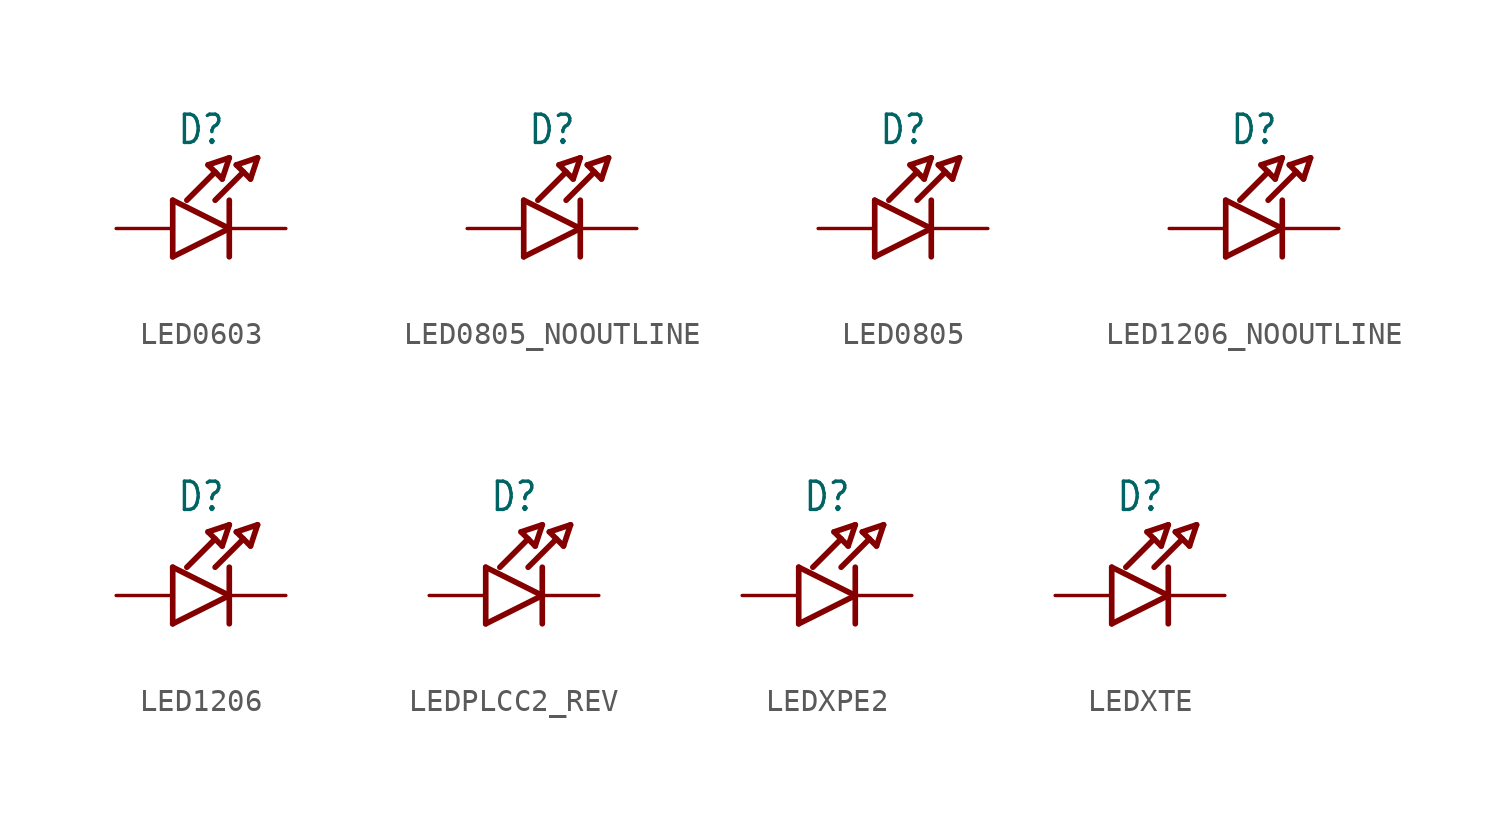
<source format=kicad_sym>
(kicad_symbol_lib
  (version 20220914)
  (generator kicad_symbol_editor)
  (symbol "LED0603"
    (property "Reference" "D"
      (at -1.27 4.445 0)
      (effects (font (size 1.27 1.079))))
    (property "Value" ""
      (at -1.27 -2.794 0)
      (effects (font (size 1.27 1.079))))
    (property "ki_locked" ""
      (at 0 0 0)
      (effects (font (size 1.27 1.27))))
    (symbol "LED0603_1_0"
      (polyline (pts (xy -2.54 -1.27) (xy 0 0)) (stroke (width 0.254) (type solid)) (fill (type none)))
      (polyline (pts (xy -2.54 1.27) (xy -2.54 -1.27)) (stroke (width 0.254) (type solid)) (fill (type none)))
      (polyline (pts (xy -1.905 1.27) (xy -0.635 2.54)) (stroke (width 0.254) (type solid)) (fill (type none)))
      (polyline (pts (xy -0.953 2.857) (xy -0.318 2.223)) (stroke (width 0.254) (type solid)) (fill (type none)))
      (polyline (pts (xy -0.635 1.27) (xy 0.635 2.54)) (stroke (width 0.254) (type solid)) (fill (type none)))
      (polyline (pts (xy -0.318 2.223) (xy 0 3.175)) (stroke (width 0.254) (type solid)) (fill (type none)))
      (polyline (pts (xy 0 0) (xy -2.54 1.27)) (stroke (width 0.254) (type solid)) (fill (type none)))
      (polyline (pts (xy 0 0) (xy 0 -1.27)) (stroke (width 0.254) (type solid)) (fill (type none)))
      (polyline (pts (xy 0 1.27) (xy 0 0)) (stroke (width 0.254) (type solid)) (fill (type none)))
      (polyline (pts (xy 0 3.175) (xy -0.953 2.857)) (stroke (width 0.254) (type solid)) (fill (type none)))
      (polyline (pts (xy 0.318 2.857) (xy 0.953 2.223)) (stroke (width 0.254) (type solid)) (fill (type none)))
      (polyline (pts (xy 0.953 2.223) (xy 1.27 3.175)) (stroke (width 0.254) (type solid)) (fill (type none)))
      (polyline (pts (xy 1.27 3.175) (xy 0.318 2.857)) (stroke (width 0.254) (type solid)) (fill (type none)))
      (pin passive line (at -5.08 0 0) (length 2.54) (name "A" (effects (font (size 0 0)))) (number "A" (effects (font (size 0 0)))))
      (pin passive line (at 2.54 0 180) (length 2.54) (name "C" (effects (font (size 0 0)))) (number "C" (effects (font (size 0 0)))))))
  (symbol "LED0805_NOOUTLINE"
    (property "Reference" "D"
      (at -1.27 4.445 0)
      (effects (font (size 1.27 1.079))))
    (property "Value" ""
      (at -1.27 -2.794 0)
      (effects (font (size 1.27 1.079))))
    (property "ki_locked" ""
      (at 0 0 0)
      (effects (font (size 1.27 1.27))))
    (symbol "LED0805_NOOUTLINE_1_0"
      (polyline (pts (xy -2.54 -1.27) (xy 0 0)) (stroke (width 0.254) (type solid)) (fill (type none)))
      (polyline (pts (xy -2.54 1.27) (xy -2.54 -1.27)) (stroke (width 0.254) (type solid)) (fill (type none)))
      (polyline (pts (xy -1.905 1.27) (xy -0.635 2.54)) (stroke (width 0.254) (type solid)) (fill (type none)))
      (polyline (pts (xy -0.953 2.857) (xy -0.318 2.223)) (stroke (width 0.254) (type solid)) (fill (type none)))
      (polyline (pts (xy -0.635 1.27) (xy 0.635 2.54)) (stroke (width 0.254) (type solid)) (fill (type none)))
      (polyline (pts (xy -0.318 2.223) (xy 0 3.175)) (stroke (width 0.254) (type solid)) (fill (type none)))
      (polyline (pts (xy 0 0) (xy -2.54 1.27)) (stroke (width 0.254) (type solid)) (fill (type none)))
      (polyline (pts (xy 0 0) (xy 0 -1.27)) (stroke (width 0.254) (type solid)) (fill (type none)))
      (polyline (pts (xy 0 1.27) (xy 0 0)) (stroke (width 0.254) (type solid)) (fill (type none)))
      (polyline (pts (xy 0 3.175) (xy -0.953 2.857)) (stroke (width 0.254) (type solid)) (fill (type none)))
      (polyline (pts (xy 0.318 2.857) (xy 0.953 2.223)) (stroke (width 0.254) (type solid)) (fill (type none)))
      (polyline (pts (xy 0.953 2.223) (xy 1.27 3.175)) (stroke (width 0.254) (type solid)) (fill (type none)))
      (polyline (pts (xy 1.27 3.175) (xy 0.318 2.857)) (stroke (width 0.254) (type solid)) (fill (type none)))
      (pin passive line (at -5.08 0 0) (length 2.54) (name "A" (effects (font (size 0 0)))) (number "A" (effects (font (size 0 0)))))
      (pin passive line (at 2.54 0 180) (length 2.54) (name "C" (effects (font (size 0 0)))) (number "C" (effects (font (size 0 0)))))))
  (symbol "LED0805"
    (property "Reference" "D"
      (at -1.27 4.445 0)
      (effects (font (size 1.27 1.079))))
    (property "Value" ""
      (at -1.27 -2.794 0)
      (effects (font (size 1.27 1.079))))
    (property "ki_locked" ""
      (at 0 0 0)
      (effects (font (size 1.27 1.27))))
    (symbol "LED0805_1_0"
      (polyline (pts (xy -2.54 -1.27) (xy 0 0)) (stroke (width 0.254) (type solid)) (fill (type none)))
      (polyline (pts (xy -2.54 1.27) (xy -2.54 -1.27)) (stroke (width 0.254) (type solid)) (fill (type none)))
      (polyline (pts (xy -1.905 1.27) (xy -0.635 2.54)) (stroke (width 0.254) (type solid)) (fill (type none)))
      (polyline (pts (xy -0.953 2.857) (xy -0.318 2.223)) (stroke (width 0.254) (type solid)) (fill (type none)))
      (polyline (pts (xy -0.635 1.27) (xy 0.635 2.54)) (stroke (width 0.254) (type solid)) (fill (type none)))
      (polyline (pts (xy -0.318 2.223) (xy 0 3.175)) (stroke (width 0.254) (type solid)) (fill (type none)))
      (polyline (pts (xy 0 0) (xy -2.54 1.27)) (stroke (width 0.254) (type solid)) (fill (type none)))
      (polyline (pts (xy 0 0) (xy 0 -1.27)) (stroke (width 0.254) (type solid)) (fill (type none)))
      (polyline (pts (xy 0 1.27) (xy 0 0)) (stroke (width 0.254) (type solid)) (fill (type none)))
      (polyline (pts (xy 0 3.175) (xy -0.953 2.857)) (stroke (width 0.254) (type solid)) (fill (type none)))
      (polyline (pts (xy 0.318 2.857) (xy 0.953 2.223)) (stroke (width 0.254) (type solid)) (fill (type none)))
      (polyline (pts (xy 0.953 2.223) (xy 1.27 3.175)) (stroke (width 0.254) (type solid)) (fill (type none)))
      (polyline (pts (xy 1.27 3.175) (xy 0.318 2.857)) (stroke (width 0.254) (type solid)) (fill (type none)))
      (pin passive line (at -5.08 0 0) (length 2.54) (name "A" (effects (font (size 0 0)))) (number "A" (effects (font (size 0 0)))))
      (pin passive line (at 2.54 0 180) (length 2.54) (name "C" (effects (font (size 0 0)))) (number "C" (effects (font (size 0 0)))))))
  (symbol "LED1206_NOOUTLINE"
    (property "Reference" "D"
      (at -1.27 4.445 0)
      (effects (font (size 1.27 1.079))))
    (property "Value" ""
      (at -1.27 -2.794 0)
      (effects (font (size 1.27 1.079))))
    (property "ki_locked" ""
      (at 0 0 0)
      (effects (font (size 1.27 1.27))))
    (symbol "LED1206_NOOUTLINE_1_0"
      (polyline (pts (xy -2.54 -1.27) (xy 0 0)) (stroke (width 0.254) (type solid)) (fill (type none)))
      (polyline (pts (xy -2.54 1.27) (xy -2.54 -1.27)) (stroke (width 0.254) (type solid)) (fill (type none)))
      (polyline (pts (xy -1.905 1.27) (xy -0.635 2.54)) (stroke (width 0.254) (type solid)) (fill (type none)))
      (polyline (pts (xy -0.953 2.857) (xy -0.318 2.223)) (stroke (width 0.254) (type solid)) (fill (type none)))
      (polyline (pts (xy -0.635 1.27) (xy 0.635 2.54)) (stroke (width 0.254) (type solid)) (fill (type none)))
      (polyline (pts (xy -0.318 2.223) (xy 0 3.175)) (stroke (width 0.254) (type solid)) (fill (type none)))
      (polyline (pts (xy 0 0) (xy -2.54 1.27)) (stroke (width 0.254) (type solid)) (fill (type none)))
      (polyline (pts (xy 0 0) (xy 0 -1.27)) (stroke (width 0.254) (type solid)) (fill (type none)))
      (polyline (pts (xy 0 1.27) (xy 0 0)) (stroke (width 0.254) (type solid)) (fill (type none)))
      (polyline (pts (xy 0 3.175) (xy -0.953 2.857)) (stroke (width 0.254) (type solid)) (fill (type none)))
      (polyline (pts (xy 0.318 2.857) (xy 0.953 2.223)) (stroke (width 0.254) (type solid)) (fill (type none)))
      (polyline (pts (xy 0.953 2.223) (xy 1.27 3.175)) (stroke (width 0.254) (type solid)) (fill (type none)))
      (polyline (pts (xy 1.27 3.175) (xy 0.318 2.857)) (stroke (width 0.254) (type solid)) (fill (type none)))
      (pin passive line (at -5.08 0 0) (length 2.54) (name "A" (effects (font (size 0 0)))) (number "A" (effects (font (size 0 0)))))
      (pin passive line (at 2.54 0 180) (length 2.54) (name "C" (effects (font (size 0 0)))) (number "C" (effects (font (size 0 0)))))))
  (symbol "LED1206"
    (property "Reference" "D"
      (at -1.27 4.445 0)
      (effects (font (size 1.27 1.079))))
    (property "Value" ""
      (at -1.27 -2.794 0)
      (effects (font (size 1.27 1.079))))
    (property "ki_locked" ""
      (at 0 0 0)
      (effects (font (size 1.27 1.27))))
    (symbol "LED1206_1_0"
      (polyline (pts (xy -2.54 -1.27) (xy 0 0)) (stroke (width 0.254) (type solid)) (fill (type none)))
      (polyline (pts (xy -2.54 1.27) (xy -2.54 -1.27)) (stroke (width 0.254) (type solid)) (fill (type none)))
      (polyline (pts (xy -1.905 1.27) (xy -0.635 2.54)) (stroke (width 0.254) (type solid)) (fill (type none)))
      (polyline (pts (xy -0.953 2.857) (xy -0.318 2.223)) (stroke (width 0.254) (type solid)) (fill (type none)))
      (polyline (pts (xy -0.635 1.27) (xy 0.635 2.54)) (stroke (width 0.254) (type solid)) (fill (type none)))
      (polyline (pts (xy -0.318 2.223) (xy 0 3.175)) (stroke (width 0.254) (type solid)) (fill (type none)))
      (polyline (pts (xy 0 0) (xy -2.54 1.27)) (stroke (width 0.254) (type solid)) (fill (type none)))
      (polyline (pts (xy 0 0) (xy 0 -1.27)) (stroke (width 0.254) (type solid)) (fill (type none)))
      (polyline (pts (xy 0 1.27) (xy 0 0)) (stroke (width 0.254) (type solid)) (fill (type none)))
      (polyline (pts (xy 0 3.175) (xy -0.953 2.857)) (stroke (width 0.254) (type solid)) (fill (type none)))
      (polyline (pts (xy 0.318 2.857) (xy 0.953 2.223)) (stroke (width 0.254) (type solid)) (fill (type none)))
      (polyline (pts (xy 0.953 2.223) (xy 1.27 3.175)) (stroke (width 0.254) (type solid)) (fill (type none)))
      (polyline (pts (xy 1.27 3.175) (xy 0.318 2.857)) (stroke (width 0.254) (type solid)) (fill (type none)))
      (pin passive line (at -5.08 0 0) (length 2.54) (name "A" (effects (font (size 0 0)))) (number "A" (effects (font (size 0 0)))))
      (pin passive line (at 2.54 0 180) (length 2.54) (name "C" (effects (font (size 0 0)))) (number "C" (effects (font (size 0 0)))))))
  (symbol "LEDPLCC2_REV"
    (property "Reference" "D"
      (at -1.27 4.445 0)
      (effects (font (size 1.27 1.079))))
    (property "Value" ""
      (at -1.27 -2.794 0)
      (effects (font (size 1.27 1.079))))
    (property "ki_locked" ""
      (at 0 0 0)
      (effects (font (size 1.27 1.27))))
    (symbol "LEDPLCC2_REV_1_0"
      (polyline (pts (xy -2.54 -1.27) (xy 0 0)) (stroke (width 0.254) (type solid)) (fill (type none)))
      (polyline (pts (xy -2.54 1.27) (xy -2.54 -1.27)) (stroke (width 0.254) (type solid)) (fill (type none)))
      (polyline (pts (xy -1.905 1.27) (xy -0.635 2.54)) (stroke (width 0.254) (type solid)) (fill (type none)))
      (polyline (pts (xy -0.953 2.857) (xy -0.318 2.223)) (stroke (width 0.254) (type solid)) (fill (type none)))
      (polyline (pts (xy -0.635 1.27) (xy 0.635 2.54)) (stroke (width 0.254) (type solid)) (fill (type none)))
      (polyline (pts (xy -0.318 2.223) (xy 0 3.175)) (stroke (width 0.254) (type solid)) (fill (type none)))
      (polyline (pts (xy 0 0) (xy -2.54 1.27)) (stroke (width 0.254) (type solid)) (fill (type none)))
      (polyline (pts (xy 0 0) (xy 0 -1.27)) (stroke (width 0.254) (type solid)) (fill (type none)))
      (polyline (pts (xy 0 1.27) (xy 0 0)) (stroke (width 0.254) (type solid)) (fill (type none)))
      (polyline (pts (xy 0 3.175) (xy -0.953 2.857)) (stroke (width 0.254) (type solid)) (fill (type none)))
      (polyline (pts (xy 0.318 2.857) (xy 0.953 2.223)) (stroke (width 0.254) (type solid)) (fill (type none)))
      (polyline (pts (xy 0.953 2.223) (xy 1.27 3.175)) (stroke (width 0.254) (type solid)) (fill (type none)))
      (polyline (pts (xy 1.27 3.175) (xy 0.318 2.857)) (stroke (width 0.254) (type solid)) (fill (type none)))
      (pin passive line (at -5.08 0 0) (length 2.54) (name "A" (effects (font (size 0 0)))) (number "A" (effects (font (size 0 0)))))
      (pin passive line (at 2.54 0 180) (length 2.54) (name "C" (effects (font (size 0 0)))) (number "K" (effects (font (size 0 0)))))))
  (symbol "LEDXPE2"
    (property "Reference" "D"
      (at -1.27 4.445 0)
      (effects (font (size 1.27 1.079))))
    (property "Value" ""
      (at -1.27 -2.794 0)
      (effects (font (size 1.27 1.079))))
    (property "ki_locked" ""
      (at 0 0 0)
      (effects (font (size 1.27 1.27))))
    (symbol "LEDXPE2_1_0"
      (polyline (pts (xy -2.54 -1.27) (xy 0 0)) (stroke (width 0.254) (type solid)) (fill (type none)))
      (polyline (pts (xy -2.54 1.27) (xy -2.54 -1.27)) (stroke (width 0.254) (type solid)) (fill (type none)))
      (polyline (pts (xy -1.905 1.27) (xy -0.635 2.54)) (stroke (width 0.254) (type solid)) (fill (type none)))
      (polyline (pts (xy -0.953 2.857) (xy -0.318 2.223)) (stroke (width 0.254) (type solid)) (fill (type none)))
      (polyline (pts (xy -0.635 1.27) (xy 0.635 2.54)) (stroke (width 0.254) (type solid)) (fill (type none)))
      (polyline (pts (xy -0.318 2.223) (xy 0 3.175)) (stroke (width 0.254) (type solid)) (fill (type none)))
      (polyline (pts (xy 0 0) (xy -2.54 1.27)) (stroke (width 0.254) (type solid)) (fill (type none)))
      (polyline (pts (xy 0 0) (xy 0 -1.27)) (stroke (width 0.254) (type solid)) (fill (type none)))
      (polyline (pts (xy 0 1.27) (xy 0 0)) (stroke (width 0.254) (type solid)) (fill (type none)))
      (polyline (pts (xy 0 3.175) (xy -0.953 2.857)) (stroke (width 0.254) (type solid)) (fill (type none)))
      (polyline (pts (xy 0.318 2.857) (xy 0.953 2.223)) (stroke (width 0.254) (type solid)) (fill (type none)))
      (polyline (pts (xy 0.953 2.223) (xy 1.27 3.175)) (stroke (width 0.254) (type solid)) (fill (type none)))
      (polyline (pts (xy 1.27 3.175) (xy 0.318 2.857)) (stroke (width 0.254) (type solid)) (fill (type none)))
      (pin passive line (at -5.08 0 0) (length 2.54) (name "A" (effects (font (size 0 0)))) (number "ANODE" (effects (font (size 0 0)))))
      (pin passive line (at 2.54 0 180) (length 2.54) (name "C" (effects (font (size 0 0)))) (number "CATHODE" (effects (font (size 0 0)))))))
  (symbol "LEDXTE"
    (property "Reference" "D"
      (at -1.27 4.445 0)
      (effects (font (size 1.27 1.079))))
    (property "Value" ""
      (at -1.27 -2.794 0)
      (effects (font (size 1.27 1.079))))
    (property "ki_locked" ""
      (at 0 0 0)
      (effects (font (size 1.27 1.27))))
    (symbol "LEDXTE_1_0"
      (polyline (pts (xy -2.54 -1.27) (xy 0 0)) (stroke (width 0.254) (type solid)) (fill (type none)))
      (polyline (pts (xy -2.54 1.27) (xy -2.54 -1.27)) (stroke (width 0.254) (type solid)) (fill (type none)))
      (polyline (pts (xy -1.905 1.27) (xy -0.635 2.54)) (stroke (width 0.254) (type solid)) (fill (type none)))
      (polyline (pts (xy -0.953 2.857) (xy -0.318 2.223)) (stroke (width 0.254) (type solid)) (fill (type none)))
      (polyline (pts (xy -0.635 1.27) (xy 0.635 2.54)) (stroke (width 0.254) (type solid)) (fill (type none)))
      (polyline (pts (xy -0.318 2.223) (xy 0 3.175)) (stroke (width 0.254) (type solid)) (fill (type none)))
      (polyline (pts (xy 0 0) (xy -2.54 1.27)) (stroke (width 0.254) (type solid)) (fill (type none)))
      (polyline (pts (xy 0 0) (xy 0 -1.27)) (stroke (width 0.254) (type solid)) (fill (type none)))
      (polyline (pts (xy 0 1.27) (xy 0 0)) (stroke (width 0.254) (type solid)) (fill (type none)))
      (polyline (pts (xy 0 3.175) (xy -0.953 2.857)) (stroke (width 0.254) (type solid)) (fill (type none)))
      (polyline (pts (xy 0.318 2.857) (xy 0.953 2.223)) (stroke (width 0.254) (type solid)) (fill (type none)))
      (polyline (pts (xy 0.953 2.223) (xy 1.27 3.175)) (stroke (width 0.254) (type solid)) (fill (type none)))
      (polyline (pts (xy 1.27 3.175) (xy 0.318 2.857)) (stroke (width 0.254) (type solid)) (fill (type none)))
      (pin passive line (at -5.08 0 0) (length 2.54) (name "A" (effects (font (size 0 0)))) (number "ANODE" (effects (font (size 0 0)))))
      (pin passive line (at 2.54 0 180) (length 2.54) (name "C" (effects (font (size 0 0)))) (number "CATHODE" (effects (font (size 0 0))))))))
</source>
